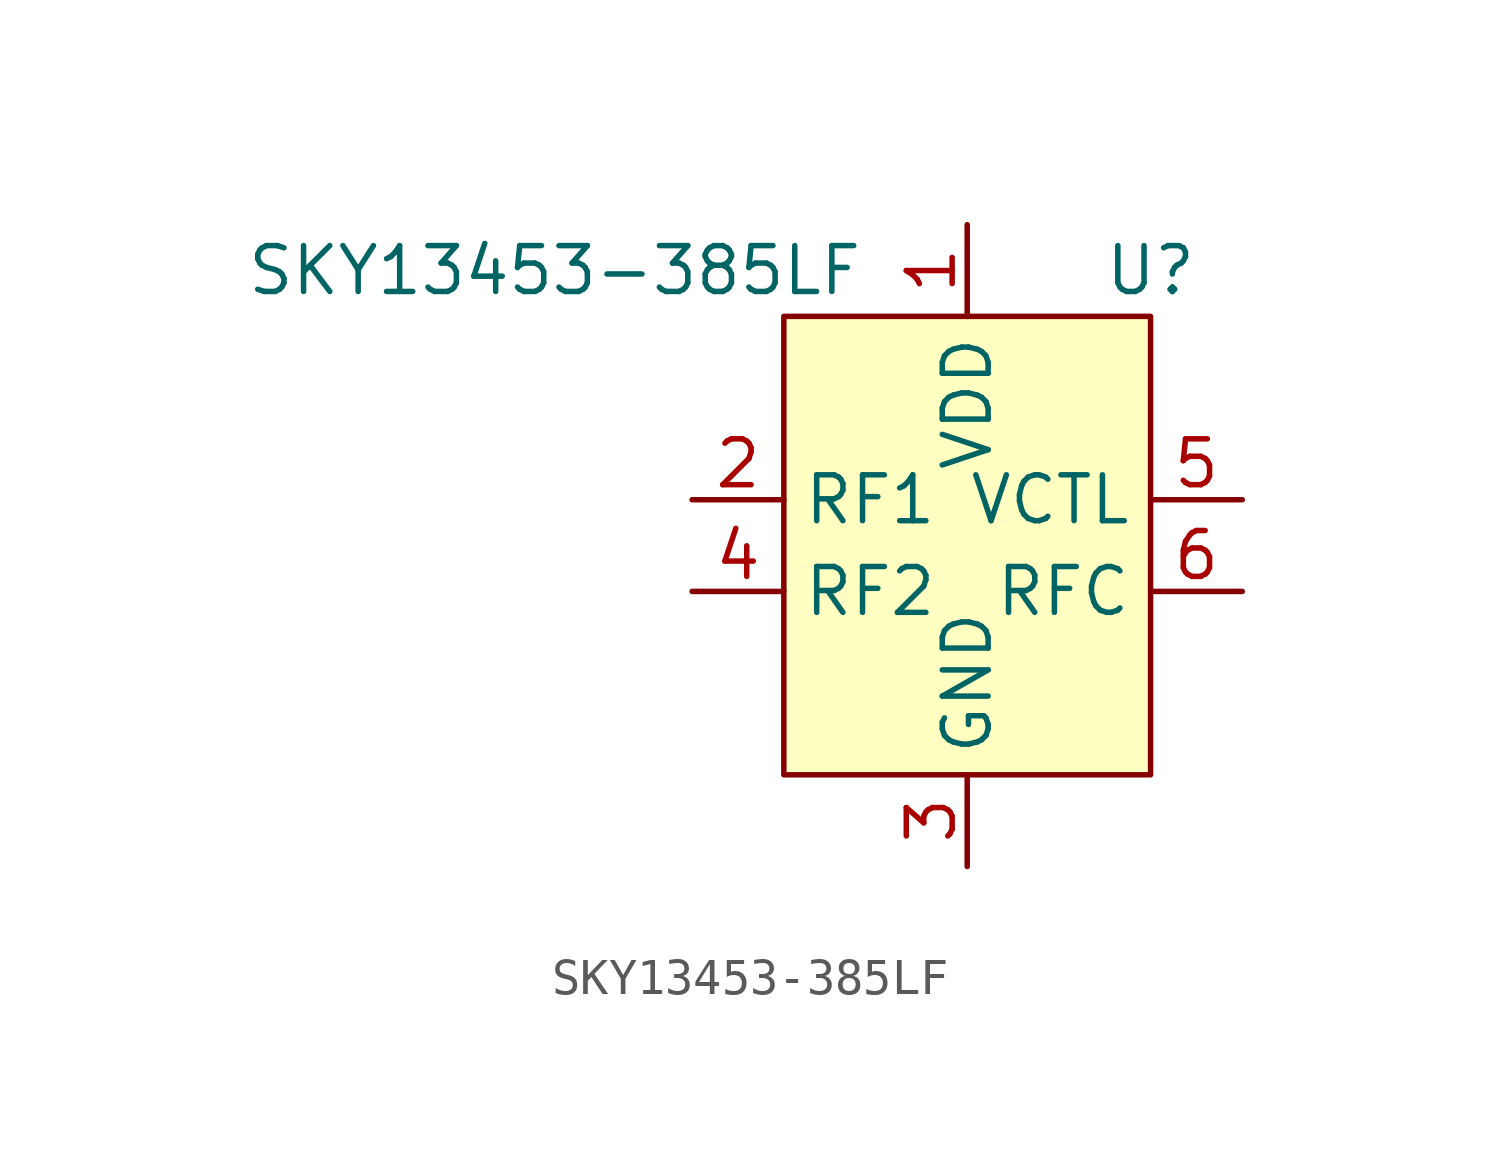
<source format=kicad_sym>
(kicad_symbol_lib
  (version 20211014)
  (generator kicad_symbol_editor)
  (symbol "SKY13453-385LF"
    (property "Reference" "U"
      (at 5.08 7.62 0)
      (effects (font (size 1.27 1.27))))
    (property "Value" "SKY13453-385LF"
      (at -11.43 7.62 0)
      (effects (font (size 1.27 1.27))))
    (symbol "SKY13453-385LF_0_1"
      (rectangle (start -5.08 6.35) (end 5.08 -6.35) (stroke (width 0.152) (type default) (color 0 0 0 0)) (fill (type background))))
    (symbol "SKY13453-385LF_1_1"
      (pin power_in line (at 0 8.89 270) (length 2.54) (name "VDD" (effects (font (size 1.27 1.27)))) (number "1" (effects (font (size 1.27 1.27)))))
      (pin passive line (at -7.62 1.27 0) (length 2.54) (name "RF1" (effects (font (size 1.27 1.27)))) (number "2" (effects (font (size 1.27 1.27)))))
      (pin power_in line (at 0 -8.89 90) (length 2.54) (name "GND" (effects (font (size 1.27 1.27)))) (number "3" (effects (font (size 1.27 1.27)))))
      (pin passive line (at -7.62 -1.27 0) (length 2.54) (name "RF2" (effects (font (size 1.27 1.27)))) (number "4" (effects (font (size 1.27 1.27)))))
      (pin input line (at 7.62 1.27 180) (length 2.54) (name "VCTL" (effects (font (size 1.27 1.27)))) (number "5" (effects (font (size 1.27 1.27)))))
      (pin passive line (at 7.62 -1.27 180) (length 2.54) (name "RFC" (effects (font (size 1.27 1.27)))) (number "6" (effects (font (size 1.27 1.27))))))))
</source>
